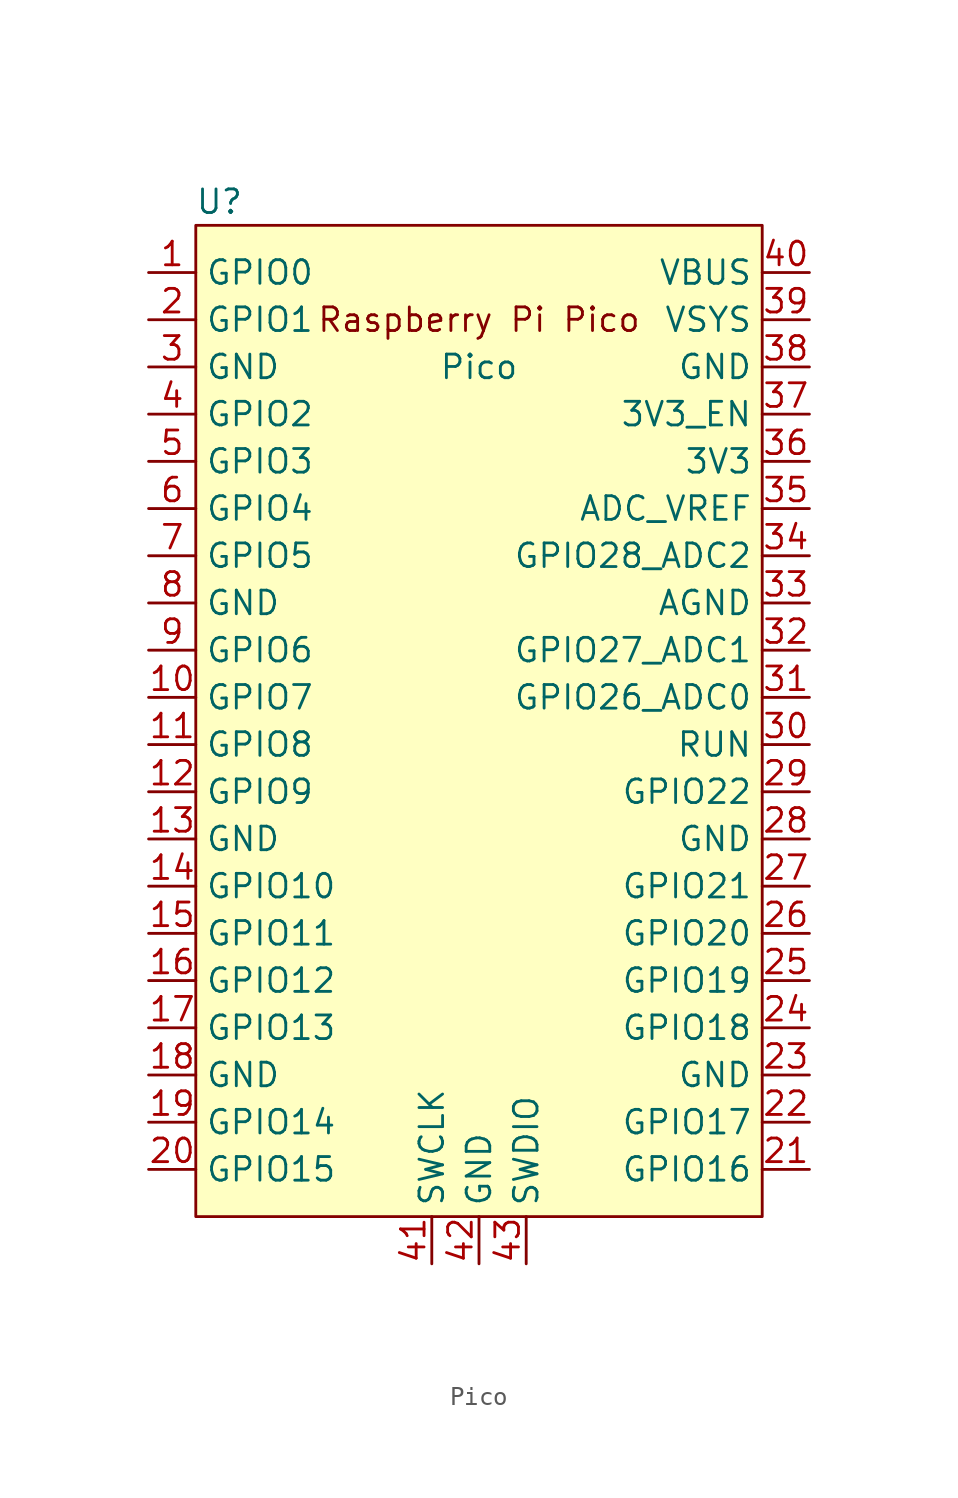
<source format=kicad_sym>
(kicad_symbol_lib
  (version 20220914)
  (generator kicad_symbol_editor)
  (symbol "Pico"
    (property "Reference" "U"
      (at -13.97 27.94 0)
      (effects (font (size 1.27 1.27))))
    (property "Value" "Pico"
      (at 0 19.05 0)
      (effects (font (size 1.27 1.27))))
    (symbol "Pico_0_0"
      (text "Raspberry Pi Pico" (at 0 21.59 0) (effects (font (size 1.27 1.27)))))
    (symbol "Pico_0_1"
      (rectangle (start -15.24 26.67) (end 15.24 -26.67) (stroke (width 0) (type default)) (fill (type background))))
    (symbol "Pico_1_1"
      (pin bidirectional line (at -17.78 24.13 0) (length 2.54) (name "GPIO0" (effects (font (size 1.27 1.27)))) (number "1" (effects (font (size 1.27 1.27)))))
      (pin bidirectional line (at -17.78 1.27 0) (length 2.54) (name "GPIO7" (effects (font (size 1.27 1.27)))) (number "10" (effects (font (size 1.27 1.27)))))
      (pin bidirectional line (at -17.78 -1.27 0) (length 2.54) (name "GPIO8" (effects (font (size 1.27 1.27)))) (number "11" (effects (font (size 1.27 1.27)))))
      (pin bidirectional line (at -17.78 -3.81 0) (length 2.54) (name "GPIO9" (effects (font (size 1.27 1.27)))) (number "12" (effects (font (size 1.27 1.27)))))
      (pin power_in line (at -17.78 -6.35 0) (length 2.54) (name "GND" (effects (font (size 1.27 1.27)))) (number "13" (effects (font (size 1.27 1.27)))))
      (pin bidirectional line (at -17.78 -8.89 0) (length 2.54) (name "GPIO10" (effects (font (size 1.27 1.27)))) (number "14" (effects (font (size 1.27 1.27)))))
      (pin bidirectional line (at -17.78 -11.43 0) (length 2.54) (name "GPIO11" (effects (font (size 1.27 1.27)))) (number "15" (effects (font (size 1.27 1.27)))))
      (pin bidirectional line (at -17.78 -13.97 0) (length 2.54) (name "GPIO12" (effects (font (size 1.27 1.27)))) (number "16" (effects (font (size 1.27 1.27)))))
      (pin bidirectional line (at -17.78 -16.51 0) (length 2.54) (name "GPIO13" (effects (font (size 1.27 1.27)))) (number "17" (effects (font (size 1.27 1.27)))))
      (pin power_in line (at -17.78 -19.05 0) (length 2.54) (name "GND" (effects (font (size 1.27 1.27)))) (number "18" (effects (font (size 1.27 1.27)))))
      (pin bidirectional line (at -17.78 -21.59 0) (length 2.54) (name "GPIO14" (effects (font (size 1.27 1.27)))) (number "19" (effects (font (size 1.27 1.27)))))
      (pin bidirectional line (at -17.78 21.59 0) (length 2.54) (name "GPIO1" (effects (font (size 1.27 1.27)))) (number "2" (effects (font (size 1.27 1.27)))))
      (pin bidirectional line (at -17.78 -24.13 0) (length 2.54) (name "GPIO15" (effects (font (size 1.27 1.27)))) (number "20" (effects (font (size 1.27 1.27)))))
      (pin bidirectional line (at 17.78 -24.13 180) (length 2.54) (name "GPIO16" (effects (font (size 1.27 1.27)))) (number "21" (effects (font (size 1.27 1.27)))))
      (pin bidirectional line (at 17.78 -21.59 180) (length 2.54) (name "GPIO17" (effects (font (size 1.27 1.27)))) (number "22" (effects (font (size 1.27 1.27)))))
      (pin power_in line (at 17.78 -19.05 180) (length 2.54) (name "GND" (effects (font (size 1.27 1.27)))) (number "23" (effects (font (size 1.27 1.27)))))
      (pin bidirectional line (at 17.78 -16.51 180) (length 2.54) (name "GPIO18" (effects (font (size 1.27 1.27)))) (number "24" (effects (font (size 1.27 1.27)))))
      (pin bidirectional line (at 17.78 -13.97 180) (length 2.54) (name "GPIO19" (effects (font (size 1.27 1.27)))) (number "25" (effects (font (size 1.27 1.27)))))
      (pin bidirectional line (at 17.78 -11.43 180) (length 2.54) (name "GPIO20" (effects (font (size 1.27 1.27)))) (number "26" (effects (font (size 1.27 1.27)))))
      (pin bidirectional line (at 17.78 -8.89 180) (length 2.54) (name "GPIO21" (effects (font (size 1.27 1.27)))) (number "27" (effects (font (size 1.27 1.27)))))
      (pin power_in line (at 17.78 -6.35 180) (length 2.54) (name "GND" (effects (font (size 1.27 1.27)))) (number "28" (effects (font (size 1.27 1.27)))))
      (pin bidirectional line (at 17.78 -3.81 180) (length 2.54) (name "GPIO22" (effects (font (size 1.27 1.27)))) (number "29" (effects (font (size 1.27 1.27)))))
      (pin power_in line (at -17.78 19.05 0) (length 2.54) (name "GND" (effects (font (size 1.27 1.27)))) (number "3" (effects (font (size 1.27 1.27)))))
      (pin input line (at 17.78 -1.27 180) (length 2.54) (name "RUN" (effects (font (size 1.27 1.27)))) (number "30" (effects (font (size 1.27 1.27)))))
      (pin bidirectional line (at 17.78 1.27 180) (length 2.54) (name "GPIO26_ADC0" (effects (font (size 1.27 1.27)))) (number "31" (effects (font (size 1.27 1.27)))))
      (pin bidirectional line (at 17.78 3.81 180) (length 2.54) (name "GPIO27_ADC1" (effects (font (size 1.27 1.27)))) (number "32" (effects (font (size 1.27 1.27)))))
      (pin power_in line (at 17.78 6.35 180) (length 2.54) (name "AGND" (effects (font (size 1.27 1.27)))) (number "33" (effects (font (size 1.27 1.27)))))
      (pin bidirectional line (at 17.78 8.89 180) (length 2.54) (name "GPIO28_ADC2" (effects (font (size 1.27 1.27)))) (number "34" (effects (font (size 1.27 1.27)))))
      (pin power_in line (at 17.78 11.43 180) (length 2.54) (name "ADC_VREF" (effects (font (size 1.27 1.27)))) (number "35" (effects (font (size 1.27 1.27)))))
      (pin power_in line (at 17.78 13.97 180) (length 2.54) (name "3V3" (effects (font (size 1.27 1.27)))) (number "36" (effects (font (size 1.27 1.27)))))
      (pin input line (at 17.78 16.51 180) (length 2.54) (name "3V3_EN" (effects (font (size 1.27 1.27)))) (number "37" (effects (font (size 1.27 1.27)))))
      (pin power_in line (at 17.78 19.05 180) (length 2.54) (name "GND" (effects (font (size 1.27 1.27)))) (number "38" (effects (font (size 1.27 1.27)))))
      (pin power_in line (at 17.78 21.59 180) (length 2.54) (name "VSYS" (effects (font (size 1.27 1.27)))) (number "39" (effects (font (size 1.27 1.27)))))
      (pin bidirectional line (at -17.78 16.51 0) (length 2.54) (name "GPIO2" (effects (font (size 1.27 1.27)))) (number "4" (effects (font (size 1.27 1.27)))))
      (pin power_in line (at 17.78 24.13 180) (length 2.54) (name "VBUS" (effects (font (size 1.27 1.27)))) (number "40" (effects (font (size 1.27 1.27)))))
      (pin input line (at -2.54 -29.21 90) (length 2.54) (name "SWCLK" (effects (font (size 1.27 1.27)))) (number "41" (effects (font (size 1.27 1.27)))))
      (pin power_in line (at 0 -29.21 90) (length 2.54) (name "GND" (effects (font (size 1.27 1.27)))) (number "42" (effects (font (size 1.27 1.27)))))
      (pin bidirectional line (at 2.54 -29.21 90) (length 2.54) (name "SWDIO" (effects (font (size 1.27 1.27)))) (number "43" (effects (font (size 1.27 1.27)))))
      (pin bidirectional line (at -17.78 13.97 0) (length 2.54) (name "GPIO3" (effects (font (size 1.27 1.27)))) (number "5" (effects (font (size 1.27 1.27)))))
      (pin bidirectional line (at -17.78 11.43 0) (length 2.54) (name "GPIO4" (effects (font (size 1.27 1.27)))) (number "6" (effects (font (size 1.27 1.27)))))
      (pin bidirectional line (at -17.78 8.89 0) (length 2.54) (name "GPIO5" (effects (font (size 1.27 1.27)))) (number "7" (effects (font (size 1.27 1.27)))))
      (pin power_in line (at -17.78 6.35 0) (length 2.54) (name "GND" (effects (font (size 1.27 1.27)))) (number "8" (effects (font (size 1.27 1.27)))))
      (pin bidirectional line (at -17.78 3.81 0) (length 2.54) (name "GPIO6" (effects (font (size 1.27 1.27)))) (number "9" (effects (font (size 1.27 1.27))))))))
</source>
